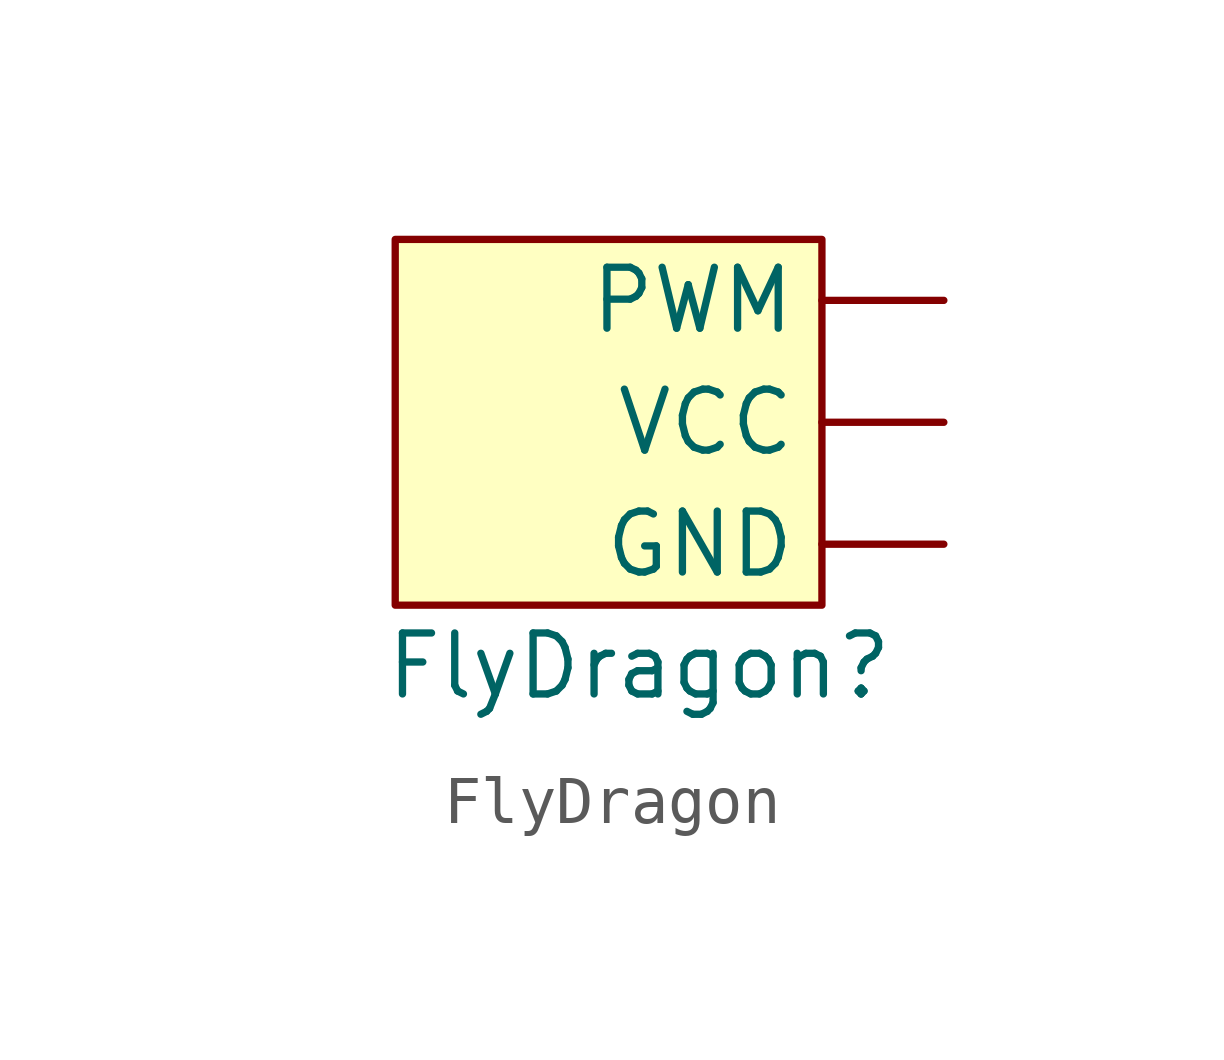
<source format=kicad_sym>
(kicad_symbol_lib
  (version 20220914)
  (generator kicad_symbol_editor)
  (symbol "FlyDragon"
    (property "Reference" "FlyDragon"
      (at -1.27 -1.27 0)
      (effects (font (size 1.27 1.27))))
    (property "Value" ""
      (at -8.89 -1.27 0)
      (effects (font (size 1.27 1.27))))
    (symbol "FlyDragon_1_1"
      (rectangle (start -6.35 7.62) (end 2.54 0) (stroke (width 0) (type default)) (fill (type background)))
      (pin power_in line (at 5.08 1.27 180) (length 2.54) (name "GND" (effects (font (size 1.27 1.27)))) (number "" (effects (font (size 1.27 1.27)))))
      (pin input line (at 5.08 6.35 180) (length 2.54) (name "PWM" (effects (font (size 1.27 1.27)))) (number "" (effects (font (size 1.27 1.27)))))
      (pin power_in line (at 5.08 3.81 180) (length 2.54) (name "VCC" (effects (font (size 1.27 1.27)))) (number "" (effects (font (size 1.27 1.27))))))))
</source>
